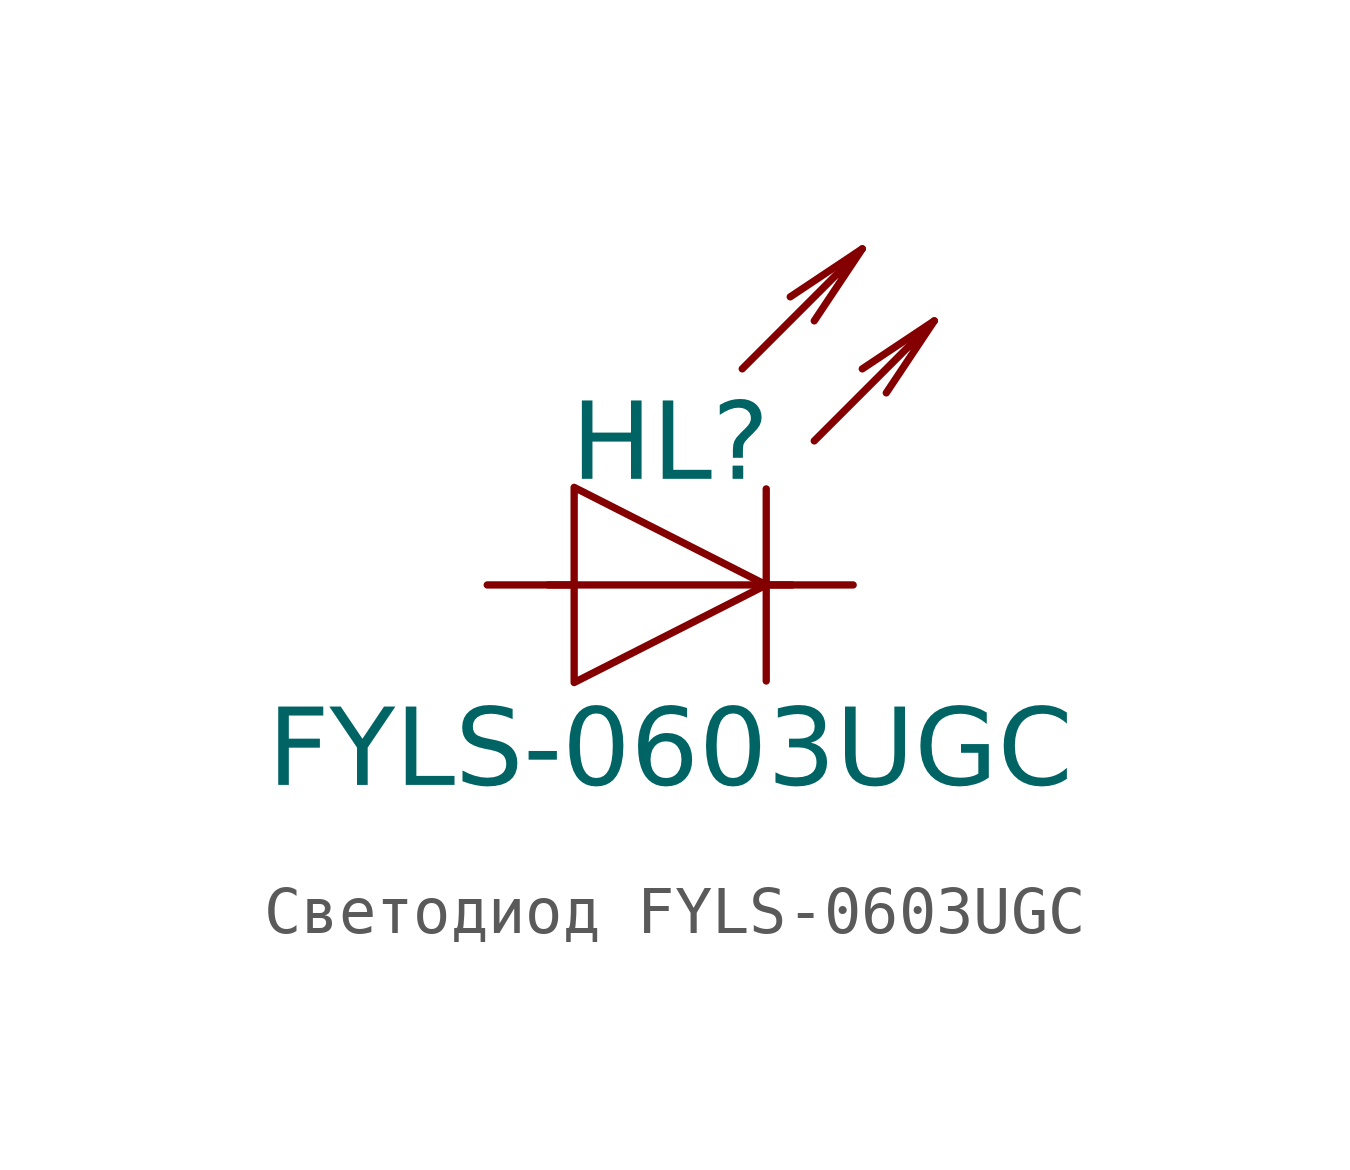
<source format=kicad_sym>
(kicad_symbol_lib
  (version 20231120)
  (generator "kicad_symbol_editor")
  (generator_version "8.0")
  (symbol "Светодиод FYLS-0603UGC"
    (pin_numbers hide)
    (pin_names
      (offset 0) hide)
    (property "Reference" "HL"
      (at 0 3.81 0)
      (effects (font (face "GOST type A") (size 1.6 1.6) (italic yes)) (justify top)))
    (property "Value" "FYLS-0603UGC"
      (at 0 -3.5 0)
      (effects (font (face "GOST type A") (size 1.6 1.6) (italic yes))))
    (symbol "Светодиод FYLS-0603UGC_0_1"
      (polyline (pts (xy -2.54 0) (xy 2.54 0)) (stroke (width 0) (type default)) (fill (type none)))
      (polyline (pts (xy 4 7) (xy 2.5 6)) (stroke (width 0) (type default)) (fill (type none)))
      (polyline (pts (xy 5.5 5.5) (xy 4 4.5)) (stroke (width 0) (type default)) (fill (type none)))
      (polyline (pts (xy 1.5 4.5) (xy 4 7) (xy 3 5.5)) (stroke (width 0) (type default)) (fill (type none)))
      (polyline (pts (xy 3 3) (xy 5.5 5.5) (xy 4.5 4)) (stroke (width 0) (type default)) (fill (type none)))
      (polyline (pts (xy 2 2) (xy 2 -2) (xy 2 -2) (xy 2 -2)) (stroke (width 0) (type default)) (fill (type none)))
      (polyline (pts (xy -2 0) (xy -2 2.032) (xy 2 0) (xy 2 0) (xy -2 -2.032) (xy -2 0)) (stroke (width 0) (type default)) (fill (type none))))
    (symbol "Светодиод FYLS-0603UGC_1_1"
      (pin passive line (at 3.81 0 180) (length 1.81) (name "K" (effects (font (size 1.27 1.27)))) (number "1" (effects (font (size 1.27 1.27)))))
      (pin passive line (at -3.81 0 0) (length 1.81) (name "A" (effects (font (size 1.27 1.27)))) (number "2" (effects (font (size 1.27 1.27))))))))
</source>
